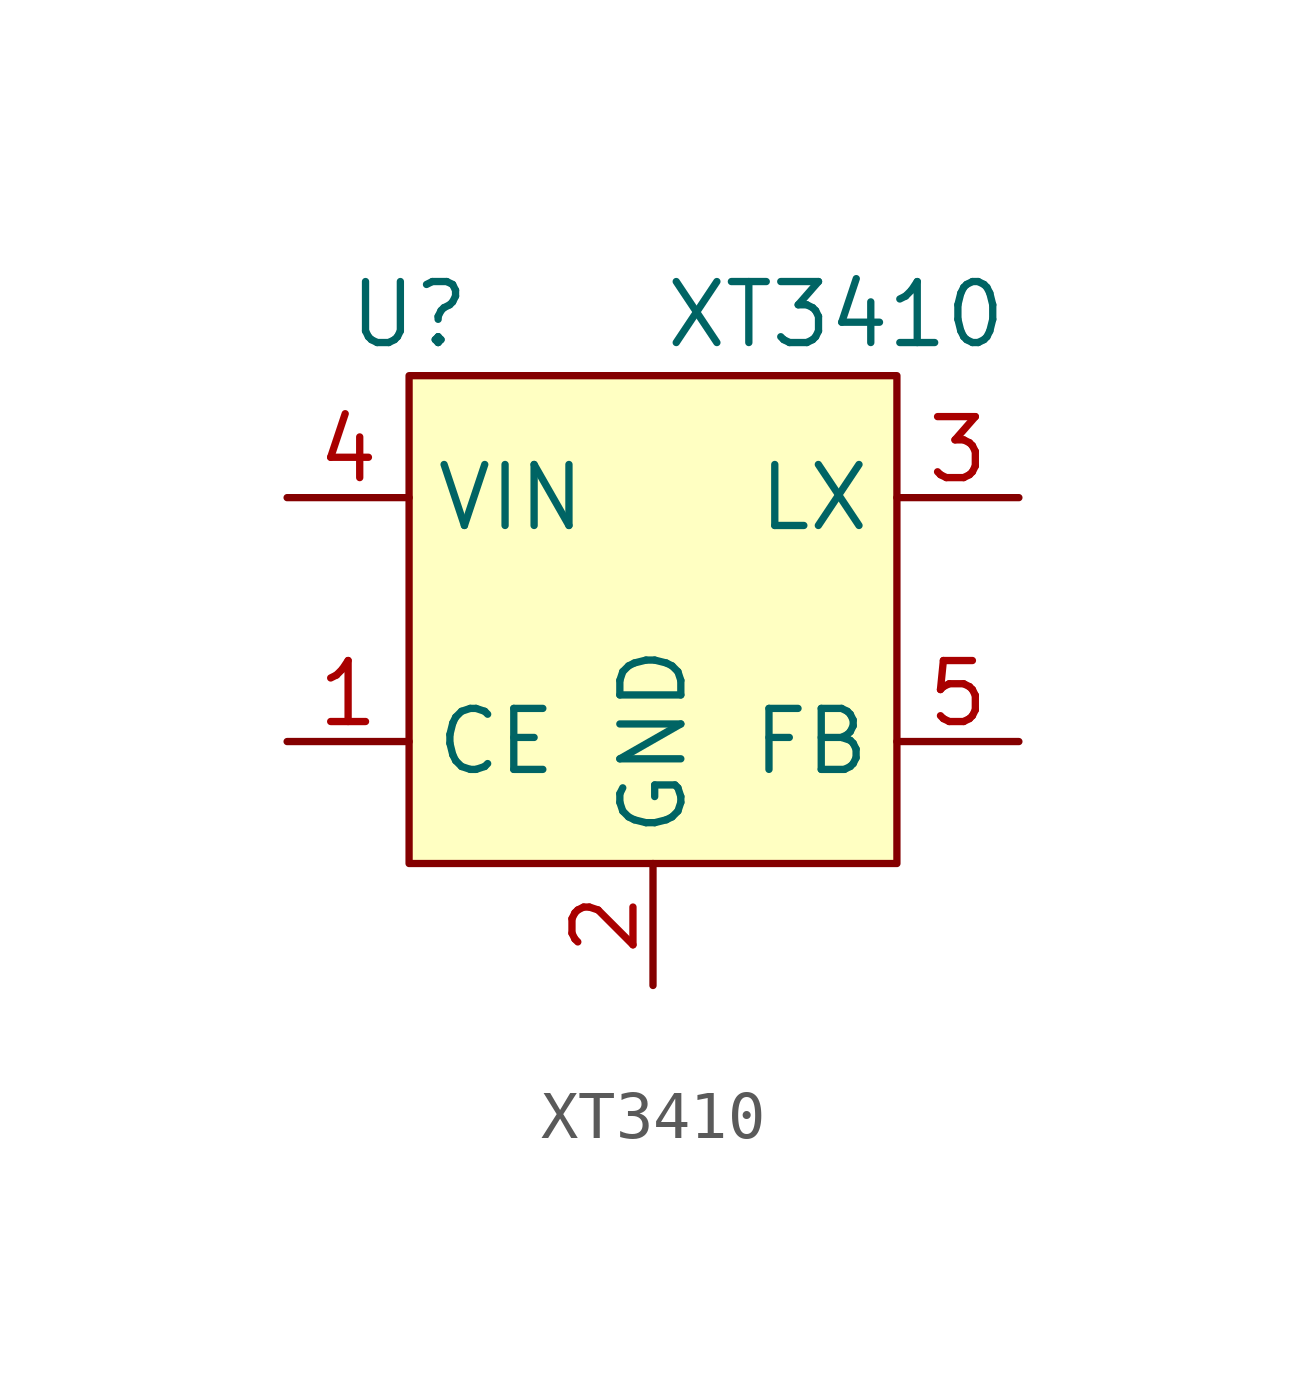
<source format=kicad_sym>
(kicad_symbol_lib
  (version 20211014)
  (generator kicad_symbol_editor)
  (symbol "XT3410"
    (property "Reference" "U"
      (at -5.08 11.43 0)
      (effects (font (size 1.27 1.27))))
    (property "Value" "XT3410"
      (at 3.81 11.43 0)
      (effects (font (size 1.27 1.27))))
    (symbol "XT3410_0_1"
      (rectangle (start -5.08 10.16) (end 5.08 0) (stroke (width 0.152) (type default) (color 0 0 0 0)) (fill (type background))))
    (symbol "XT3410_1_1"
      (pin input line (at -7.62 2.54 0) (length 2.54) (name "CE" (effects (font (size 1.27 1.27)))) (number "1" (effects (font (size 1.27 1.27)))))
      (pin input line (at 0 -2.54 90) (length 2.54) (name "GND" (effects (font (size 1.27 1.27)))) (number "2" (effects (font (size 1.27 1.27)))))
      (pin input line (at 7.62 7.62 180) (length 2.54) (name "LX" (effects (font (size 1.27 1.27)))) (number "3" (effects (font (size 1.27 1.27)))))
      (pin input line (at -7.62 7.62 0) (length 2.54) (name "VIN" (effects (font (size 1.27 1.27)))) (number "4" (effects (font (size 1.27 1.27)))))
      (pin input line (at 7.62 2.54 180) (length 2.54) (name "FB" (effects (font (size 1.27 1.27)))) (number "5" (effects (font (size 1.27 1.27))))))))
</source>
